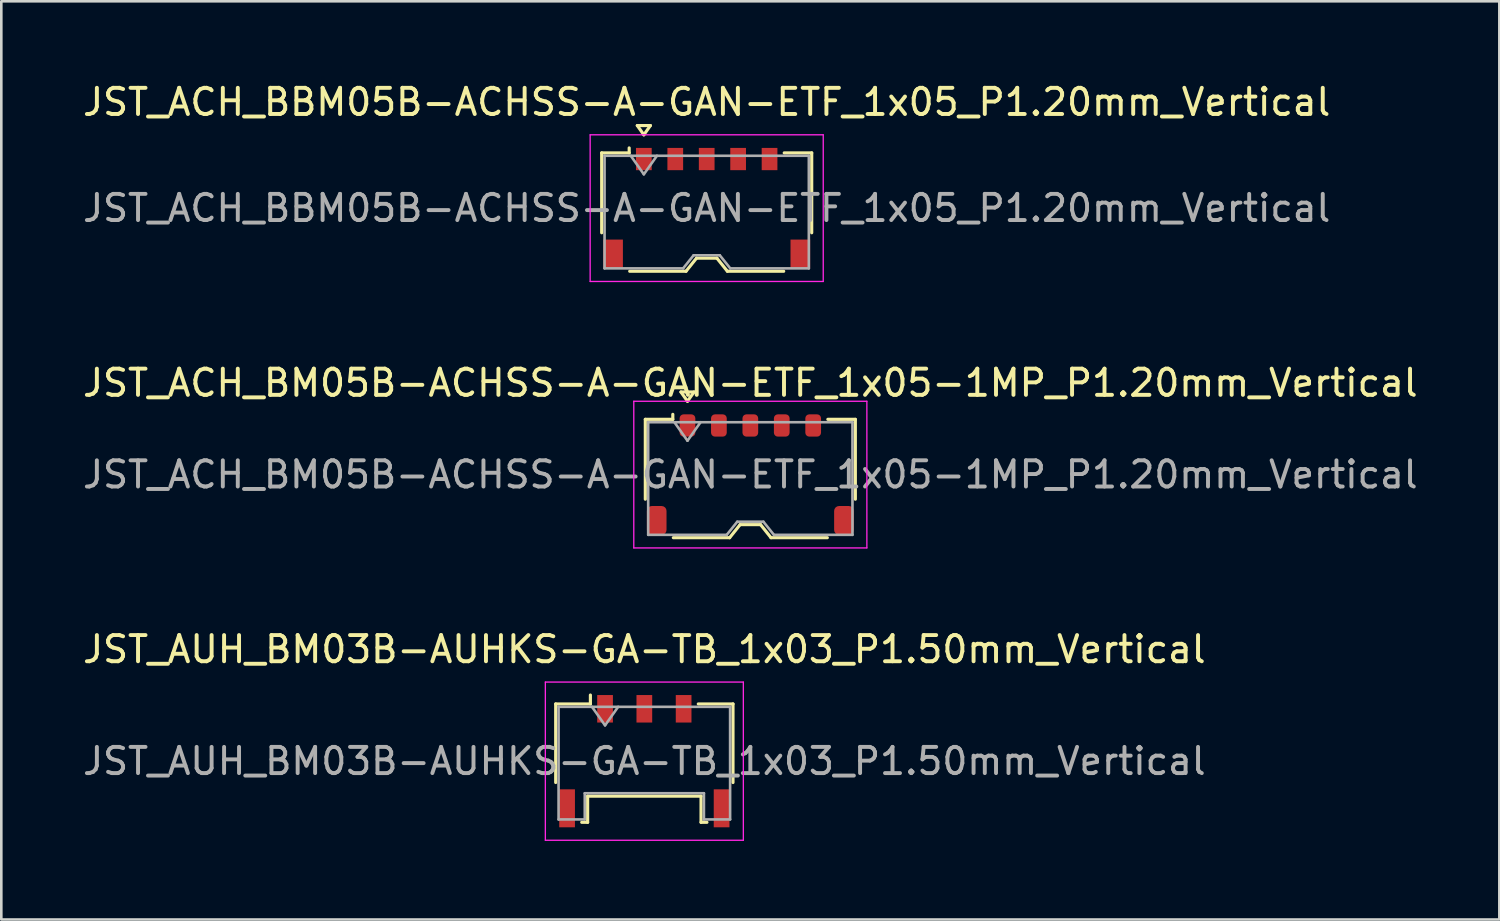
<source format=kicad_pcb>
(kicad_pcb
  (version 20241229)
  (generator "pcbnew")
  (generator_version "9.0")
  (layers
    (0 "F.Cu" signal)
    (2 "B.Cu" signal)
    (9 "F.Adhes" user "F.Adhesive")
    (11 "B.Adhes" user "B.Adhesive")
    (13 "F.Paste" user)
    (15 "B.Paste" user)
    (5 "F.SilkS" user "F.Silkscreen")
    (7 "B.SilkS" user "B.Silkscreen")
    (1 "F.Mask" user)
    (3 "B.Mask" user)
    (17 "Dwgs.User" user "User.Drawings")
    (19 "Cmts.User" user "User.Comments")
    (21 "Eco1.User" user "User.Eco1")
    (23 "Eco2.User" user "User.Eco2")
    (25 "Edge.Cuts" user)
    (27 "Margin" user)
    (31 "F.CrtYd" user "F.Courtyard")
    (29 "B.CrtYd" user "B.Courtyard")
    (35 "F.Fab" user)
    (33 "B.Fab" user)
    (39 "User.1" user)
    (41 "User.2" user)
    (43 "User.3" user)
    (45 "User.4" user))
  (footprint "JST_ACH_BM05B-ACHSS-A-GAN-ETF_1x05-1MP_P1.20mm_Vertical"
    (layer "F.Cu")
    (at 25.601 15.072)
    (property "Reference" "JST_ACH_BM05B-ACHSS-A-GAN-ETF_1x05-1MP_P1.20mm_Vertical" (at 0 -3.5 0) (layer "F.SilkS") (effects (font (size 1 1) (thickness 0.15))))
    (attr smd)
    (fp_line (start -4.01 -2.11) (end -2.96 -2.11) (stroke (width 0.12) (type solid)) (layer "F.SilkS"))
    (fp_line (start -4.01 0.94) (end -4.01 -2.11) (stroke (width 0.12) (type solid)) (layer "F.SilkS"))
    (fp_line (start -2.96 -2.11) (end -2.96 -2.3) (stroke (width 0.12) (type solid)) (layer "F.SilkS"))
    (fp_line (start -2.94 2.41) (end -0.79 2.41) (stroke (width 0.12) (type solid)) (layer "F.SilkS"))
    (fp_line (start -2.65 -3.154) (end -2.4 -2.8) (stroke (width 0.12) (type solid)) (layer "F.SilkS"))
    (fp_line (start -2.4 -2.8) (end -2.15 -3.154) (stroke (width 0.12) (type solid)) (layer "F.SilkS"))
    (fp_line (start -2.15 -3.154) (end -2.65 -3.154) (stroke (width 0.12) (type solid)) (layer "F.SilkS"))
    (fp_line (start -0.79 2.41) (end -0.39 1.91) (stroke (width 0.12) (type solid)) (layer "F.SilkS"))
    (fp_line (start -0.39 1.91) (end 0.39 1.91) (stroke (width 0.12) (type solid)) (layer "F.SilkS"))
    (fp_line (start 0.39 1.91) (end 0.79 2.41) (stroke (width 0.12) (type solid)) (layer "F.SilkS"))
    (fp_line (start 0.79 2.41) (end 2.94 2.41) (stroke (width 0.12) (type solid)) (layer "F.SilkS"))
    (fp_line (start 4.01 -2.11) (end 2.96 -2.11) (stroke (width 0.12) (type solid)) (layer "F.SilkS"))
    (fp_line (start 4.01 0.94) (end 4.01 -2.11) (stroke (width 0.12) (type solid)) (layer "F.SilkS"))
    (fp_line (start -4.45 -2.8) (end -4.45 2.8) (stroke (width 0.05) (type solid)) (layer "F.CrtYd"))
    (fp_line (start -4.45 2.8) (end 4.45 2.8) (stroke (width 0.05) (type solid)) (layer "F.CrtYd"))
    (fp_line (start 4.45 -2.8) (end -4.45 -2.8) (stroke (width 0.05) (type solid)) (layer "F.CrtYd"))
    (fp_line (start 4.45 2.8) (end 4.45 -2.8) (stroke (width 0.05) (type solid)) (layer "F.CrtYd"))
    (fp_line (start -3.9 -2) (end -3.9 2.3) (stroke (width 0.1) (type solid)) (layer "F.Fab"))
    (fp_line (start -3.9 -2) (end 3.9 -2) (stroke (width 0.1) (type solid)) (layer "F.Fab"))
    (fp_line (start -3.9 2.3) (end -0.9 2.3) (stroke (width 0.1) (type solid)) (layer "F.Fab"))
    (fp_line (start -2.9 -2) (end -2.4 -1.293) (stroke (width 0.1) (type solid)) (layer "F.Fab"))
    (fp_line (start -2.4 -1.293) (end -1.9 -2) (stroke (width 0.1) (type solid)) (layer "F.Fab"))
    (fp_line (start -0.9 2.3) (end -0.5 1.8) (stroke (width 0.1) (type solid)) (layer "F.Fab"))
    (fp_line (start -0.5 1.8) (end 0.5 1.8) (stroke (width 0.1) (type solid)) (layer "F.Fab"))
    (fp_line (start 0.5 1.8) (end 0.9 2.3) (stroke (width 0.1) (type solid)) (layer "F.Fab"))
    (fp_line (start 0.9 2.3) (end 3.9 2.3) (stroke (width 0.1) (type solid)) (layer "F.Fab"))
    (fp_line (start 3.9 -2) (end 3.9 2.3) (stroke (width 0.1) (type solid)) (layer "F.Fab"))
    (fp_text user "${REFERENCE}" (at 0 0 0) (layer "F.Fab") (effects (font (size 1 1) (thickness 0.15))))
    (pad "1" smd roundrect (at -2.4 -1.875) (size 0.6 0.85) (layers "F.Cu" "F.Mask" "F.Paste") (roundrect_rratio 0.25))
    (pad "2" smd roundrect (at -1.2 -1.875) (size 0.6 0.85) (layers "F.Cu" "F.Mask" "F.Paste") (roundrect_rratio 0.25))
    (pad "3" smd roundrect (at 0 -1.875) (size 0.6 0.85) (layers "F.Cu" "F.Mask" "F.Paste") (roundrect_rratio 0.25))
    (pad "4" smd roundrect (at 1.2 -1.875) (size 0.6 0.85) (layers "F.Cu" "F.Mask" "F.Paste") (roundrect_rratio 0.25))
    (pad "5" smd roundrect (at 2.4 -1.875) (size 0.6 0.85) (layers "F.Cu" "F.Mask" "F.Paste") (roundrect_rratio 0.25))
    (pad "MP" smd roundrect (at -3.575 1.75) (size 0.75 1.1) (layers "F.Cu" "F.Mask" "F.Paste") (roundrect_rratio 0.25))
    (pad "MP" smd roundrect (at 3.575 1.75) (size 0.75 1.1) (layers "F.Cu" "F.Mask" "F.Paste") (roundrect_rratio 0.25)))
  (footprint "JST_AUH_BM03B-AUHKS-GA-TB_1x03_P1.50mm_Vertical"
    (layer "F.Cu")
    (at 21.554 26.015)
    (property "Reference" "JST_AUH_BM03B-AUHKS-GA-TB_1x03_P1.50mm_Vertical" (at 0 -4.27 0) (layer "F.SilkS") (effects (font (size 1 1) (thickness 0.15))))
    (attr smd)
    (fp_line (start -3.385 -2.185) (end -2.06 -2.185) (stroke (width 0.12) (type solid)) (layer "F.SilkS"))
    (fp_line (start -3.385 0.815) (end -3.385 -2.185) (stroke (width 0.12) (type solid)) (layer "F.SilkS"))
    (fp_line (start -2.39 2.335) (end -2.165 2.335) (stroke (width 0.12) (type solid)) (layer "F.SilkS"))
    (fp_line (start -2.165 1.335) (end 2.165 1.335) (stroke (width 0.12) (type solid)) (layer "F.SilkS"))
    (fp_line (start -2.165 2.335) (end -2.165 1.335) (stroke (width 0.12) (type solid)) (layer "F.SilkS"))
    (fp_line (start -2.06 -2.185) (end -2.06 -2.525) (stroke (width 0.12) (type solid)) (layer "F.SilkS"))
    (fp_line (start 2.165 1.335) (end 2.165 2.335) (stroke (width 0.12) (type solid)) (layer "F.SilkS"))
    (fp_line (start 2.165 2.335) (end 2.39 2.335) (stroke (width 0.12) (type solid)) (layer "F.SilkS"))
    (fp_line (start 3.385 -2.185) (end 2.06 -2.185) (stroke (width 0.12) (type solid)) (layer "F.SilkS"))
    (fp_line (start 3.385 0.815) (end 3.385 -2.185) (stroke (width 0.12) (type solid)) (layer "F.SilkS"))
    (fp_line (start -3.78 -3.02) (end -3.78 3.02) (stroke (width 0.05) (type solid)) (layer "F.CrtYd"))
    (fp_line (start -3.78 3.02) (end 3.78 3.02) (stroke (width 0.05) (type solid)) (layer "F.CrtYd"))
    (fp_line (start 3.78 -3.02) (end -3.78 -3.02) (stroke (width 0.05) (type solid)) (layer "F.CrtYd"))
    (fp_line (start 3.78 3.02) (end 3.78 -3.02) (stroke (width 0.05) (type solid)) (layer "F.CrtYd"))
    (fp_line (start -3.275 -2.075) (end -3.275 2.225) (stroke (width 0.1) (type solid)) (layer "F.Fab"))
    (fp_line (start -3.275 -2.075) (end 3.275 -2.075) (stroke (width 0.1) (type solid)) (layer "F.Fab"))
    (fp_line (start -3.275 2.225) (end -2.275 2.225) (stroke (width 0.1) (type solid)) (layer "F.Fab"))
    (fp_line (start -2.275 1.225) (end 2.275 1.225) (stroke (width 0.1) (type solid)) (layer "F.Fab"))
    (fp_line (start -2.275 2.225) (end -2.275 1.225) (stroke (width 0.1) (type solid)) (layer "F.Fab"))
    (fp_line (start -2 -2.075) (end -1.5 -1.368) (stroke (width 0.1) (type solid)) (layer "F.Fab"))
    (fp_line (start -1.5 -1.368) (end -1 -2.075) (stroke (width 0.1) (type solid)) (layer "F.Fab"))
    (fp_line (start 2.275 1.225) (end 2.275 2.225) (stroke (width 0.1) (type solid)) (layer "F.Fab"))
    (fp_line (start 2.275 2.225) (end 3.275 2.225) (stroke (width 0.1) (type solid)) (layer "F.Fab"))
    (fp_line (start 3.275 -2.075) (end 3.275 2.225) (stroke (width 0.1) (type solid)) (layer "F.Fab"))
    (fp_text user "${REFERENCE}" (at 0 0 0) (layer "F.Fab") (effects (font (size 1 1) (thickness 0.15))))
    (pad "" smd rect (at -2.95 1.8) (size 0.6 1.45) (layers "F.Cu" "F.Mask" "F.Paste"))
    (pad "" smd rect (at 2.95 1.8) (size 0.6 1.45) (layers "F.Cu" "F.Mask" "F.Paste"))
    (pad "1" smd rect (at -1.5 -2) (size 0.6 1.05) (layers "F.Cu" "F.Mask" "F.Paste"))
    (pad "2" smd rect (at 0 -2) (size 0.6 1.05) (layers "F.Cu" "F.Mask" "F.Paste"))
    (pad "3" smd rect (at 1.5 -2) (size 0.6 1.05) (layers "F.Cu" "F.Mask" "F.Paste")))
  (footprint "JST_ACH_BBM05B-ACHSS-A-GAN-ETF_1x05_P1.20mm_Vertical"
    (layer "F.Cu")
    (at 23.935 4.898)
    (property "Reference" "JST_ACH_BBM05B-ACHSS-A-GAN-ETF_1x05_P1.20mm_Vertical" (at 0 -4.05 0) (layer "F.SilkS") (effects (font (size 1 1) (thickness 0.15))))
    (attr smd)
    (fp_line (start -4.01 -2.11) (end -2.96 -2.11) (stroke (width 0.12) (type solid)) (layer "F.SilkS"))
    (fp_line (start -4.01 0.94) (end -4.01 -2.11) (stroke (width 0.12) (type solid)) (layer "F.SilkS"))
    (fp_line (start -2.96 -2.11) (end -2.96 -2.3) (stroke (width 0.12) (type solid)) (layer "F.SilkS"))
    (fp_line (start -2.94 2.41) (end -0.79 2.41) (stroke (width 0.12) (type solid)) (layer "F.SilkS"))
    (fp_line (start -2.65 -3.154) (end -2.4 -2.8) (stroke (width 0.12) (type solid)) (layer "F.SilkS"))
    (fp_line (start -2.4 -2.8) (end -2.15 -3.154) (stroke (width 0.12) (type solid)) (layer "F.SilkS"))
    (fp_line (start -2.15 -3.154) (end -2.65 -3.154) (stroke (width 0.12) (type solid)) (layer "F.SilkS"))
    (fp_line (start -0.79 2.41) (end -0.39 1.91) (stroke (width 0.12) (type solid)) (layer "F.SilkS"))
    (fp_line (start -0.39 1.91) (end 0.39 1.91) (stroke (width 0.12) (type solid)) (layer "F.SilkS"))
    (fp_line (start 0.39 1.91) (end 0.79 2.41) (stroke (width 0.12) (type solid)) (layer "F.SilkS"))
    (fp_line (start 0.79 2.41) (end 2.94 2.41) (stroke (width 0.12) (type solid)) (layer "F.SilkS"))
    (fp_line (start 4.01 -2.11) (end 2.96 -2.11) (stroke (width 0.12) (type solid)) (layer "F.SilkS"))
    (fp_line (start 4.01 0.94) (end 4.01 -2.11) (stroke (width 0.12) (type solid)) (layer "F.SilkS"))
    (fp_line (start -4.45 -2.8) (end -4.45 2.8) (stroke (width 0.05) (type solid)) (layer "F.CrtYd"))
    (fp_line (start -4.45 2.8) (end 4.45 2.8) (stroke (width 0.05) (type solid)) (layer "F.CrtYd"))
    (fp_line (start 4.45 -2.8) (end -4.45 -2.8) (stroke (width 0.05) (type solid)) (layer "F.CrtYd"))
    (fp_line (start 4.45 2.8) (end 4.45 -2.8) (stroke (width 0.05) (type solid)) (layer "F.CrtYd"))
    (fp_line (start -3.9 -2) (end -3.9 2.3) (stroke (width 0.1) (type solid)) (layer "F.Fab"))
    (fp_line (start -3.9 -2) (end 3.9 -2) (stroke (width 0.1) (type solid)) (layer "F.Fab"))
    (fp_line (start -3.9 2.3) (end -0.9 2.3) (stroke (width 0.1) (type solid)) (layer "F.Fab"))
    (fp_line (start -2.9 -2) (end -2.4 -1.293) (stroke (width 0.1) (type solid)) (layer "F.Fab"))
    (fp_line (start -2.4 -1.293) (end -1.9 -2) (stroke (width 0.1) (type solid)) (layer "F.Fab"))
    (fp_line (start -0.9 2.3) (end -0.5 1.8) (stroke (width 0.1) (type solid)) (layer "F.Fab"))
    (fp_line (start -0.5 1.8) (end 0.5 1.8) (stroke (width 0.1) (type solid)) (layer "F.Fab"))
    (fp_line (start 0.5 1.8) (end 0.9 2.3) (stroke (width 0.1) (type solid)) (layer "F.Fab"))
    (fp_line (start 0.9 2.3) (end 3.9 2.3) (stroke (width 0.1) (type solid)) (layer "F.Fab"))
    (fp_line (start 3.9 -2) (end 3.9 2.3) (stroke (width 0.1) (type solid)) (layer "F.Fab"))
    (fp_text user "${REFERENCE}" (at 0 0 0) (layer "F.Fab") (effects (font (size 1 1) (thickness 0.15))))
    (pad "" smd rect (at -3.575 1.75) (size 0.75 1.1) (layers "F.Cu" "F.Mask" "F.Paste"))
    (pad "" smd rect (at 3.575 1.75) (size 0.75 1.1) (layers "F.Cu" "F.Mask" "F.Paste"))
    (pad "1" smd rect (at -2.4 -1.875) (size 0.6 0.85) (layers "F.Cu" "F.Mask" "F.Paste"))
    (pad "2" smd rect (at -1.2 -1.875) (size 0.6 0.85) (layers "F.Cu" "F.Mask" "F.Paste"))
    (pad "3" smd rect (at 0 -1.875) (size 0.6 0.85) (layers "F.Cu" "F.Mask" "F.Paste"))
    (pad "4" smd rect (at 1.2 -1.875) (size 0.6 0.85) (layers "F.Cu" "F.Mask" "F.Paste"))
    (pad "5" smd rect (at 2.4 -1.875) (size 0.6 0.85) (layers "F.Cu" "F.Mask" "F.Paste")))
  (gr_rect
    (start -3 -3)
    (end 54.202 32.06)
    (stroke (width 0.1) (type default))
    (fill no)
    (layer "Edge.Cuts")))
</source>
